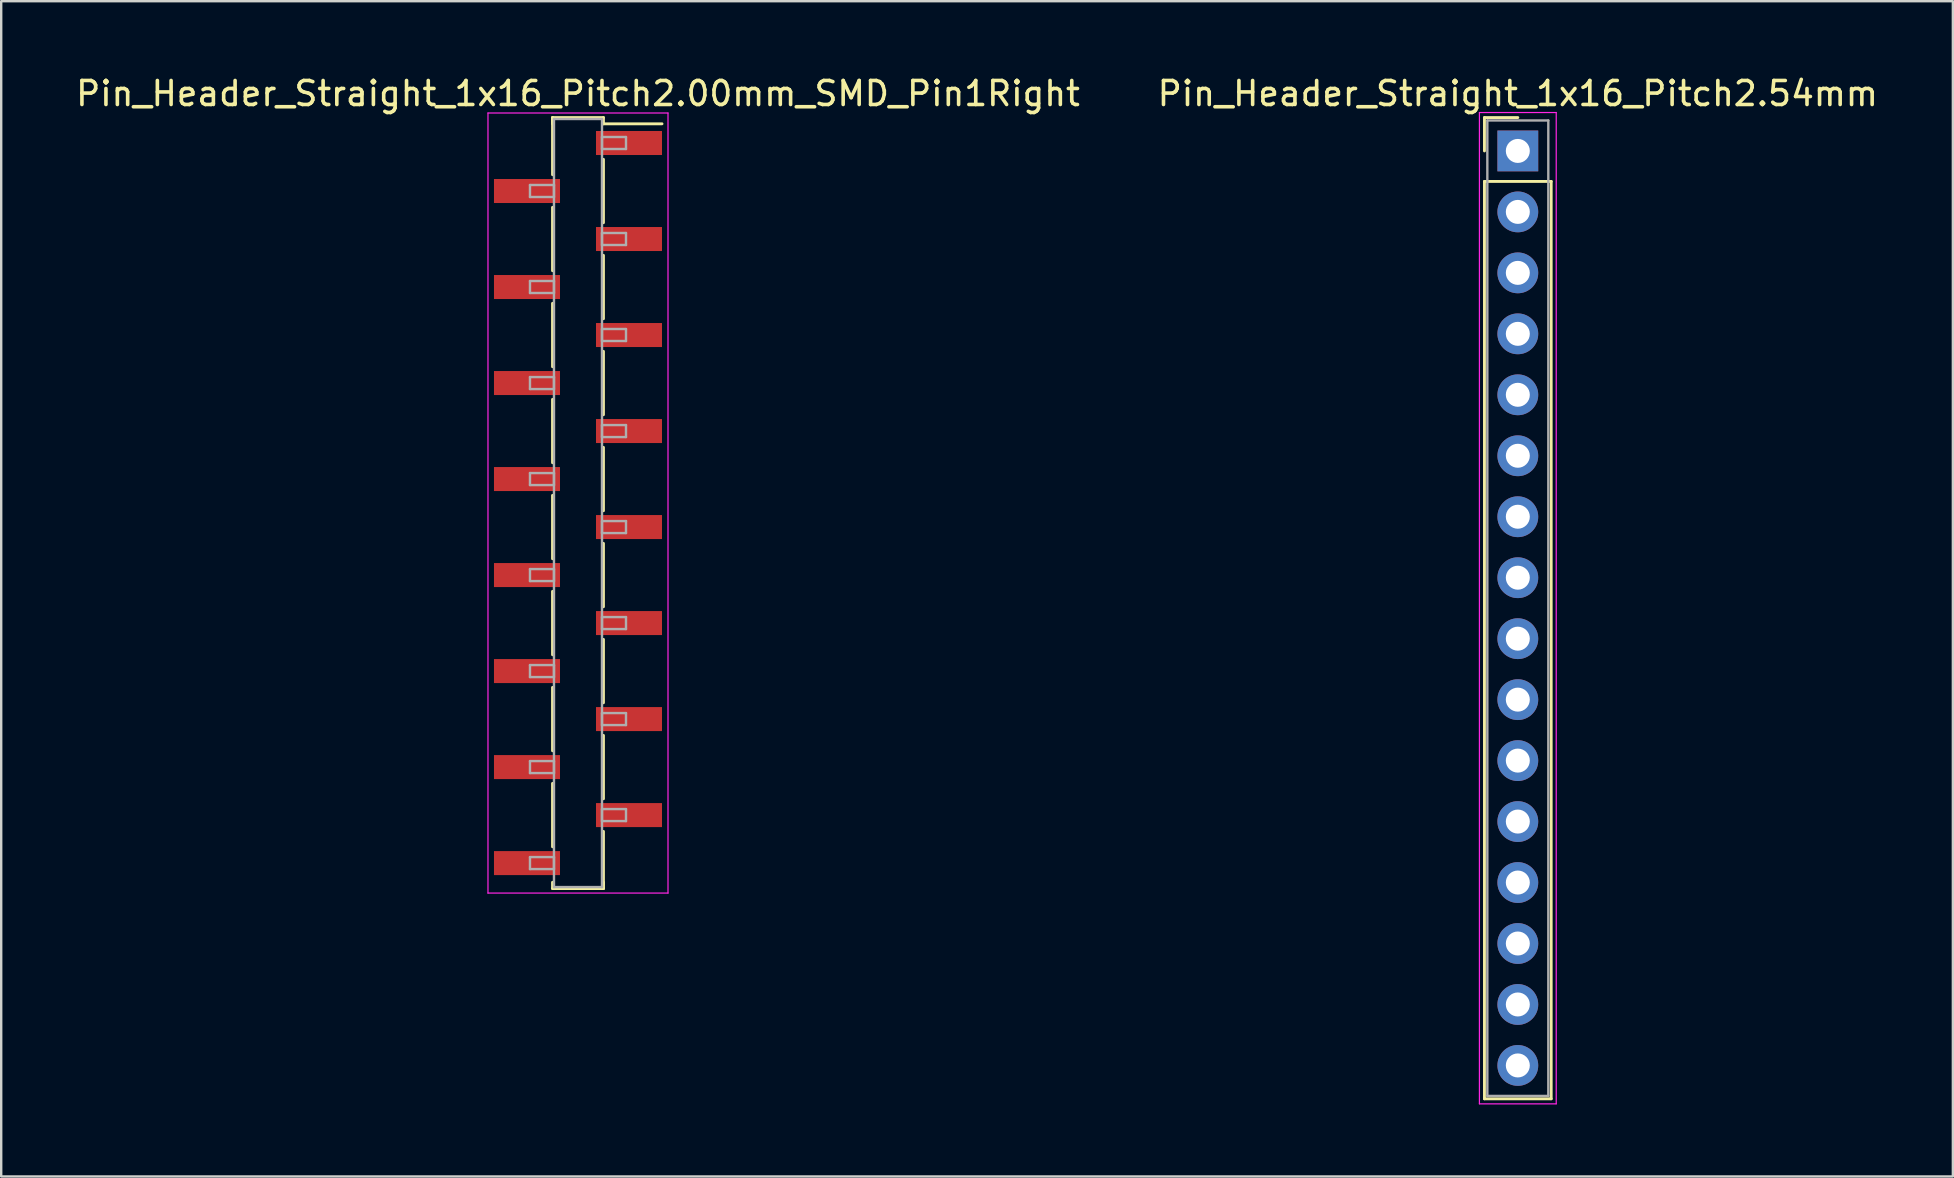
<source format=kicad_pcb>
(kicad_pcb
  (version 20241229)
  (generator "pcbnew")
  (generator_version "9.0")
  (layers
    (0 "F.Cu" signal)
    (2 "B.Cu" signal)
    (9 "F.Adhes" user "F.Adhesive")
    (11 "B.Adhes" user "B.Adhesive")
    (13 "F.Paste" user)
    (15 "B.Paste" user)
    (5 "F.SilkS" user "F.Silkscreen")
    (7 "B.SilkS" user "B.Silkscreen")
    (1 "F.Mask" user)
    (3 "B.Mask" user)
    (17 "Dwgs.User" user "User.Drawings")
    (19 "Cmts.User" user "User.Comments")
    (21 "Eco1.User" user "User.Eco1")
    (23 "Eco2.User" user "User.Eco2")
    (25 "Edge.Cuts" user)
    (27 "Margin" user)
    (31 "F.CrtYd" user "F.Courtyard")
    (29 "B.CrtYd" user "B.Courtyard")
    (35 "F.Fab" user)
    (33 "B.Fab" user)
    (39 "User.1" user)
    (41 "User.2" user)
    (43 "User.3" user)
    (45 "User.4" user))
  (footprint "Pin_Header_Straight_1x16_Pitch2.00mm_SMD_Pin1Right"
    (layer "F.Cu")
    (at 21.03 17.908)
    (property "Reference" "Pin_Header_Straight_1x16_Pitch2.00mm_SMD_Pin1Right" (at 0 -17.06 0) (layer "F.SilkS") (effects (font (size 1 1) (thickness 0.15))))
    (attr smd)
    (fp_line (start -1.06 -16.06) (end -1.06 -13.68) (stroke (width 0.12) (type solid)) (layer "F.SilkS"))
    (fp_line (start -1.06 -16.06) (end 1.06 -16.06) (stroke (width 0.12) (type solid)) (layer "F.SilkS"))
    (fp_line (start -1.06 -15.8) (end -1.06 -16.06) (stroke (width 0.12) (type solid)) (layer "F.SilkS"))
    (fp_line (start -1.06 -12.32) (end -1.06 -9.68) (stroke (width 0.12) (type solid)) (layer "F.SilkS"))
    (fp_line (start -1.06 -8.32) (end -1.06 -5.68) (stroke (width 0.12) (type solid)) (layer "F.SilkS"))
    (fp_line (start -1.06 -4.32) (end -1.06 -1.68) (stroke (width 0.12) (type solid)) (layer "F.SilkS"))
    (fp_line (start -1.06 -0.32) (end -1.06 2.32) (stroke (width 0.12) (type solid)) (layer "F.SilkS"))
    (fp_line (start -1.06 3.68) (end -1.06 6.32) (stroke (width 0.12) (type solid)) (layer "F.SilkS"))
    (fp_line (start -1.06 7.68) (end -1.06 10.32) (stroke (width 0.12) (type solid)) (layer "F.SilkS"))
    (fp_line (start -1.06 11.68) (end -1.06 14.32) (stroke (width 0.12) (type solid)) (layer "F.SilkS"))
    (fp_line (start -1.06 15.8) (end -1.06 16.06) (stroke (width 0.12) (type solid)) (layer "F.SilkS"))
    (fp_line (start -1.06 16.06) (end 1.06 16.06) (stroke (width 0.12) (type solid)) (layer "F.SilkS"))
    (fp_line (start 1.06 -16.06) (end 1.06 -15.8) (stroke (width 0.12) (type solid)) (layer "F.SilkS"))
    (fp_line (start 1.06 -15.8) (end 3.5 -15.8) (stroke (width 0.12) (type solid)) (layer "F.SilkS"))
    (fp_line (start 1.06 -14.32) (end 1.06 -11.68) (stroke (width 0.12) (type solid)) (layer "F.SilkS"))
    (fp_line (start 1.06 -10.32) (end 1.06 -7.68) (stroke (width 0.12) (type solid)) (layer "F.SilkS"))
    (fp_line (start 1.06 -6.32) (end 1.06 -3.68) (stroke (width 0.12) (type solid)) (layer "F.SilkS"))
    (fp_line (start 1.06 -2.32) (end 1.06 0.32) (stroke (width 0.12) (type solid)) (layer "F.SilkS"))
    (fp_line (start 1.06 1.68) (end 1.06 4.32) (stroke (width 0.12) (type solid)) (layer "F.SilkS"))
    (fp_line (start 1.06 5.68) (end 1.06 8.32) (stroke (width 0.12) (type solid)) (layer "F.SilkS"))
    (fp_line (start 1.06 9.68) (end 1.06 12.32) (stroke (width 0.12) (type solid)) (layer "F.SilkS"))
    (fp_line (start 1.06 13.68) (end 1.06 16.06) (stroke (width 0.12) (type solid)) (layer "F.SilkS"))
    (fp_line (start 1.06 16.06) (end 1.06 15.8) (stroke (width 0.12) (type solid)) (layer "F.SilkS"))
    (fp_line (start -3.75 -16.25) (end -3.75 16.25) (stroke (width 0.05) (type solid)) (layer "F.CrtYd"))
    (fp_line (start -3.75 16.25) (end 3.75 16.25) (stroke (width 0.05) (type solid)) (layer "F.CrtYd"))
    (fp_line (start 3.75 -16.25) (end -3.75 -16.25) (stroke (width 0.05) (type solid)) (layer "F.CrtYd"))
    (fp_line (start 3.75 16.25) (end 3.75 -16.25) (stroke (width 0.05) (type solid)) (layer "F.CrtYd"))
    (fp_line (start -2 -13.25) (end -1 -13.25) (stroke (width 0.1) (type solid)) (layer "F.Fab"))
    (fp_line (start -2 -12.75) (end -2 -13.25) (stroke (width 0.1) (type solid)) (layer "F.Fab"))
    (fp_line (start -2 -9.25) (end -1 -9.25) (stroke (width 0.1) (type solid)) (layer "F.Fab"))
    (fp_line (start -2 -8.75) (end -2 -9.25) (stroke (width 0.1) (type solid)) (layer "F.Fab"))
    (fp_line (start -2 -5.25) (end -1 -5.25) (stroke (width 0.1) (type solid)) (layer "F.Fab"))
    (fp_line (start -2 -4.75) (end -2 -5.25) (stroke (width 0.1) (type solid)) (layer "F.Fab"))
    (fp_line (start -2 -1.25) (end -1 -1.25) (stroke (width 0.1) (type solid)) (layer "F.Fab"))
    (fp_line (start -2 -0.75) (end -2 -1.25) (stroke (width 0.1) (type solid)) (layer "F.Fab"))
    (fp_line (start -2 2.75) (end -1 2.75) (stroke (width 0.1) (type solid)) (layer "F.Fab"))
    (fp_line (start -2 3.25) (end -2 2.75) (stroke (width 0.1) (type solid)) (layer "F.Fab"))
    (fp_line (start -2 6.75) (end -1 6.75) (stroke (width 0.1) (type solid)) (layer "F.Fab"))
    (fp_line (start -2 7.25) (end -2 6.75) (stroke (width 0.1) (type solid)) (layer "F.Fab"))
    (fp_line (start -2 10.75) (end -1 10.75) (stroke (width 0.1) (type solid)) (layer "F.Fab"))
    (fp_line (start -2 11.25) (end -2 10.75) (stroke (width 0.1) (type solid)) (layer "F.Fab"))
    (fp_line (start -2 14.75) (end -1 14.75) (stroke (width 0.1) (type solid)) (layer "F.Fab"))
    (fp_line (start -2 15.25) (end -2 14.75) (stroke (width 0.1) (type solid)) (layer "F.Fab"))
    (fp_line (start -1 -16) (end -1 16) (stroke (width 0.1) (type solid)) (layer "F.Fab"))
    (fp_line (start -1 -13.25) (end -1 -12.75) (stroke (width 0.1) (type solid)) (layer "F.Fab"))
    (fp_line (start -1 -12.75) (end -2 -12.75) (stroke (width 0.1) (type solid)) (layer "F.Fab"))
    (fp_line (start -1 -9.25) (end -1 -8.75) (stroke (width 0.1) (type solid)) (layer "F.Fab"))
    (fp_line (start -1 -8.75) (end -2 -8.75) (stroke (width 0.1) (type solid)) (layer "F.Fab"))
    (fp_line (start -1 -5.25) (end -1 -4.75) (stroke (width 0.1) (type solid)) (layer "F.Fab"))
    (fp_line (start -1 -4.75) (end -2 -4.75) (stroke (width 0.1) (type solid)) (layer "F.Fab"))
    (fp_line (start -1 -1.25) (end -1 -0.75) (stroke (width 0.1) (type solid)) (layer "F.Fab"))
    (fp_line (start -1 -0.75) (end -2 -0.75) (stroke (width 0.1) (type solid)) (layer "F.Fab"))
    (fp_line (start -1 2.75) (end -1 3.25) (stroke (width 0.1) (type solid)) (layer "F.Fab"))
    (fp_line (start -1 3.25) (end -2 3.25) (stroke (width 0.1) (type solid)) (layer "F.Fab"))
    (fp_line (start -1 6.75) (end -1 7.25) (stroke (width 0.1) (type solid)) (layer "F.Fab"))
    (fp_line (start -1 7.25) (end -2 7.25) (stroke (width 0.1) (type solid)) (layer "F.Fab"))
    (fp_line (start -1 10.75) (end -1 11.25) (stroke (width 0.1) (type solid)) (layer "F.Fab"))
    (fp_line (start -1 11.25) (end -2 11.25) (stroke (width 0.1) (type solid)) (layer "F.Fab"))
    (fp_line (start -1 14.75) (end -1 15.25) (stroke (width 0.1) (type solid)) (layer "F.Fab"))
    (fp_line (start -1 15.25) (end -2 15.25) (stroke (width 0.1) (type solid)) (layer "F.Fab"))
    (fp_line (start -1 16) (end 1 16) (stroke (width 0.1) (type solid)) (layer "F.Fab"))
    (fp_line (start 1 -16) (end -1 -16) (stroke (width 0.1) (type solid)) (layer "F.Fab"))
    (fp_line (start 1 -15.25) (end 1 -14.75) (stroke (width 0.1) (type solid)) (layer "F.Fab"))
    (fp_line (start 1 -14.75) (end 2 -14.75) (stroke (width 0.1) (type solid)) (layer "F.Fab"))
    (fp_line (start 1 -11.25) (end 1 -10.75) (stroke (width 0.1) (type solid)) (layer "F.Fab"))
    (fp_line (start 1 -10.75) (end 2 -10.75) (stroke (width 0.1) (type solid)) (layer "F.Fab"))
    (fp_line (start 1 -7.25) (end 1 -6.75) (stroke (width 0.1) (type solid)) (layer "F.Fab"))
    (fp_line (start 1 -6.75) (end 2 -6.75) (stroke (width 0.1) (type solid)) (layer "F.Fab"))
    (fp_line (start 1 -3.25) (end 1 -2.75) (stroke (width 0.1) (type solid)) (layer "F.Fab"))
    (fp_line (start 1 -2.75) (end 2 -2.75) (stroke (width 0.1) (type solid)) (layer "F.Fab"))
    (fp_line (start 1 0.75) (end 1 1.25) (stroke (width 0.1) (type solid)) (layer "F.Fab"))
    (fp_line (start 1 1.25) (end 2 1.25) (stroke (width 0.1) (type solid)) (layer "F.Fab"))
    (fp_line (start 1 4.75) (end 1 5.25) (stroke (width 0.1) (type solid)) (layer "F.Fab"))
    (fp_line (start 1 5.25) (end 2 5.25) (stroke (width 0.1) (type solid)) (layer "F.Fab"))
    (fp_line (start 1 8.75) (end 1 9.25) (stroke (width 0.1) (type solid)) (layer "F.Fab"))
    (fp_line (start 1 9.25) (end 2 9.25) (stroke (width 0.1) (type solid)) (layer "F.Fab"))
    (fp_line (start 1 12.75) (end 1 13.25) (stroke (width 0.1) (type solid)) (layer "F.Fab"))
    (fp_line (start 1 13.25) (end 2 13.25) (stroke (width 0.1) (type solid)) (layer "F.Fab"))
    (fp_line (start 1 16) (end 1 -16) (stroke (width 0.1) (type solid)) (layer "F.Fab"))
    (fp_line (start 2 -15.25) (end 1 -15.25) (stroke (width 0.1) (type solid)) (layer "F.Fab"))
    (fp_line (start 2 -14.75) (end 2 -15.25) (stroke (width 0.1) (type solid)) (layer "F.Fab"))
    (fp_line (start 2 -11.25) (end 1 -11.25) (stroke (width 0.1) (type solid)) (layer "F.Fab"))
    (fp_line (start 2 -10.75) (end 2 -11.25) (stroke (width 0.1) (type solid)) (layer "F.Fab"))
    (fp_line (start 2 -7.25) (end 1 -7.25) (stroke (width 0.1) (type solid)) (layer "F.Fab"))
    (fp_line (start 2 -6.75) (end 2 -7.25) (stroke (width 0.1) (type solid)) (layer "F.Fab"))
    (fp_line (start 2 -3.25) (end 1 -3.25) (stroke (width 0.1) (type solid)) (layer "F.Fab"))
    (fp_line (start 2 -2.75) (end 2 -3.25) (stroke (width 0.1) (type solid)) (layer "F.Fab"))
    (fp_line (start 2 0.75) (end 1 0.75) (stroke (width 0.1) (type solid)) (layer "F.Fab"))
    (fp_line (start 2 1.25) (end 2 0.75) (stroke (width 0.1) (type solid)) (layer "F.Fab"))
    (fp_line (start 2 4.75) (end 1 4.75) (stroke (width 0.1) (type solid)) (layer "F.Fab"))
    (fp_line (start 2 5.25) (end 2 4.75) (stroke (width 0.1) (type solid)) (layer "F.Fab"))
    (fp_line (start 2 8.75) (end 1 8.75) (stroke (width 0.1) (type solid)) (layer "F.Fab"))
    (fp_line (start 2 9.25) (end 2 8.75) (stroke (width 0.1) (type solid)) (layer "F.Fab"))
    (fp_line (start 2 12.75) (end 1 12.75) (stroke (width 0.1) (type solid)) (layer "F.Fab"))
    (fp_line (start 2 13.25) (end 2 12.75) (stroke (width 0.1) (type solid)) (layer "F.Fab"))
    (pad "1" smd rect (at 2.125 -15) (size 2.75 1) (layers "F.Cu" "F.Mask"))
    (pad "2" smd rect (at -2.125 -13) (size 2.75 1) (layers "F.Cu" "F.Mask"))
    (pad "3" smd rect (at 2.125 -11) (size 2.75 1) (layers "F.Cu" "F.Mask"))
    (pad "4" smd rect (at -2.125 -9) (size 2.75 1) (layers "F.Cu" "F.Mask"))
    (pad "5" smd rect (at 2.125 -7) (size 2.75 1) (layers "F.Cu" "F.Mask"))
    (pad "6" smd rect (at -2.125 -5) (size 2.75 1) (layers "F.Cu" "F.Mask"))
    (pad "7" smd rect (at 2.125 -3) (size 2.75 1) (layers "F.Cu" "F.Mask"))
    (pad "8" smd rect (at -2.125 -1) (size 2.75 1) (layers "F.Cu" "F.Mask"))
    (pad "9" smd rect (at 2.125 1) (size 2.75 1) (layers "F.Cu" "F.Mask"))
    (pad "10" smd rect (at -2.125 3) (size 2.75 1) (layers "F.Cu" "F.Mask"))
    (pad "11" smd rect (at 2.125 5) (size 2.75 1) (layers "F.Cu" "F.Mask"))
    (pad "12" smd rect (at -2.125 7) (size 2.75 1) (layers "F.Cu" "F.Mask"))
    (pad "13" smd rect (at 2.125 9) (size 2.75 1) (layers "F.Cu" "F.Mask"))
    (pad "14" smd rect (at -2.125 11) (size 2.75 1) (layers "F.Cu" "F.Mask"))
    (pad "15" smd rect (at 2.125 13) (size 2.75 1) (layers "F.Cu" "F.Mask"))
    (pad "16" smd rect (at -2.125 15) (size 2.75 1) (layers "F.Cu" "F.Mask")))
  (footprint "Pin_Header_Straight_1x16_Pitch2.54mm"
    (layer "F.Cu")
    (at 60.185 3.238)
    (property "Reference" "Pin_Header_Straight_1x16_Pitch2.54mm" (at 0 -2.39 0) (layer "F.SilkS") (effects (font (size 1 1) (thickness 0.15))))
    (attr through_hole)
    (fp_line (start -1.39 -1.39) (end 0 -1.39) (stroke (width 0.12) (type solid)) (layer "F.SilkS"))
    (fp_line (start -1.39 0) (end -1.39 -1.39) (stroke (width 0.12) (type solid)) (layer "F.SilkS"))
    (fp_line (start -1.39 1.27) (end -1.39 39.49) (stroke (width 0.12) (type solid)) (layer "F.SilkS"))
    (fp_line (start -1.39 39.49) (end 1.39 39.49) (stroke (width 0.12) (type solid)) (layer "F.SilkS"))
    (fp_line (start 1.39 1.27) (end -1.39 1.27) (stroke (width 0.12) (type solid)) (layer "F.SilkS"))
    (fp_line (start 1.39 39.49) (end 1.39 1.27) (stroke (width 0.12) (type solid)) (layer "F.SilkS"))
    (fp_line (start -1.6 -1.6) (end -1.6 39.7) (stroke (width 0.05) (type solid)) (layer "F.CrtYd"))
    (fp_line (start -1.6 39.7) (end 1.6 39.7) (stroke (width 0.05) (type solid)) (layer "F.CrtYd"))
    (fp_line (start 1.6 -1.6) (end -1.6 -1.6) (stroke (width 0.05) (type solid)) (layer "F.CrtYd"))
    (fp_line (start 1.6 39.7) (end 1.6 -1.6) (stroke (width 0.05) (type solid)) (layer "F.CrtYd"))
    (fp_line (start -1.27 -1.27) (end -1.27 39.37) (stroke (width 0.1) (type solid)) (layer "F.Fab"))
    (fp_line (start -1.27 39.37) (end 1.27 39.37) (stroke (width 0.1) (type solid)) (layer "F.Fab"))
    (fp_line (start 1.27 -1.27) (end -1.27 -1.27) (stroke (width 0.1) (type solid)) (layer "F.Fab"))
    (fp_line (start 1.27 39.37) (end 1.27 -1.27) (stroke (width 0.1) (type solid)) (layer "F.Fab"))
    (pad "1" thru_hole rect (at 0 0) (size 1.7 1.7) (drill 1) (layers "*.Cu" "*.Mask"))
    (pad "2" thru_hole oval (at 0 2.54) (size 1.7 1.7) (drill 1) (layers "*.Cu" "*.Mask"))
    (pad "3" thru_hole oval (at 0 5.08) (size 1.7 1.7) (drill 1) (layers "*.Cu" "*.Mask"))
    (pad "4" thru_hole oval (at 0 7.62) (size 1.7 1.7) (drill 1) (layers "*.Cu" "*.Mask"))
    (pad "5" thru_hole oval (at 0 10.16) (size 1.7 1.7) (drill 1) (layers "*.Cu" "*.Mask"))
    (pad "6" thru_hole oval (at 0 12.7) (size 1.7 1.7) (drill 1) (layers "*.Cu" "*.Mask"))
    (pad "7" thru_hole oval (at 0 15.24) (size 1.7 1.7) (drill 1) (layers "*.Cu" "*.Mask"))
    (pad "8" thru_hole oval (at 0 17.78) (size 1.7 1.7) (drill 1) (layers "*.Cu" "*.Mask"))
    (pad "9" thru_hole oval (at 0 20.32) (size 1.7 1.7) (drill 1) (layers "*.Cu" "*.Mask"))
    (pad "10" thru_hole oval (at 0 22.86) (size 1.7 1.7) (drill 1) (layers "*.Cu" "*.Mask"))
    (pad "11" thru_hole oval (at 0 25.4) (size 1.7 1.7) (drill 1) (layers "*.Cu" "*.Mask"))
    (pad "12" thru_hole oval (at 0 27.94) (size 1.7 1.7) (drill 1) (layers "*.Cu" "*.Mask"))
    (pad "13" thru_hole oval (at 0 30.48) (size 1.7 1.7) (drill 1) (layers "*.Cu" "*.Mask"))
    (pad "14" thru_hole oval (at 0 33.02) (size 1.7 1.7) (drill 1) (layers "*.Cu" "*.Mask"))
    (pad "15" thru_hole oval (at 0 35.56) (size 1.7 1.7) (drill 1) (layers "*.Cu" "*.Mask"))
    (pad "16" thru_hole oval (at 0 38.1) (size 1.7 1.7) (drill 1) (layers "*.Cu" "*.Mask")))
  (gr_rect
    (start -3 -3)
    (end 78.31 45.963)
    (stroke (width 0.1) (type default))
    (fill no)
    (layer "Edge.Cuts")))
</source>
